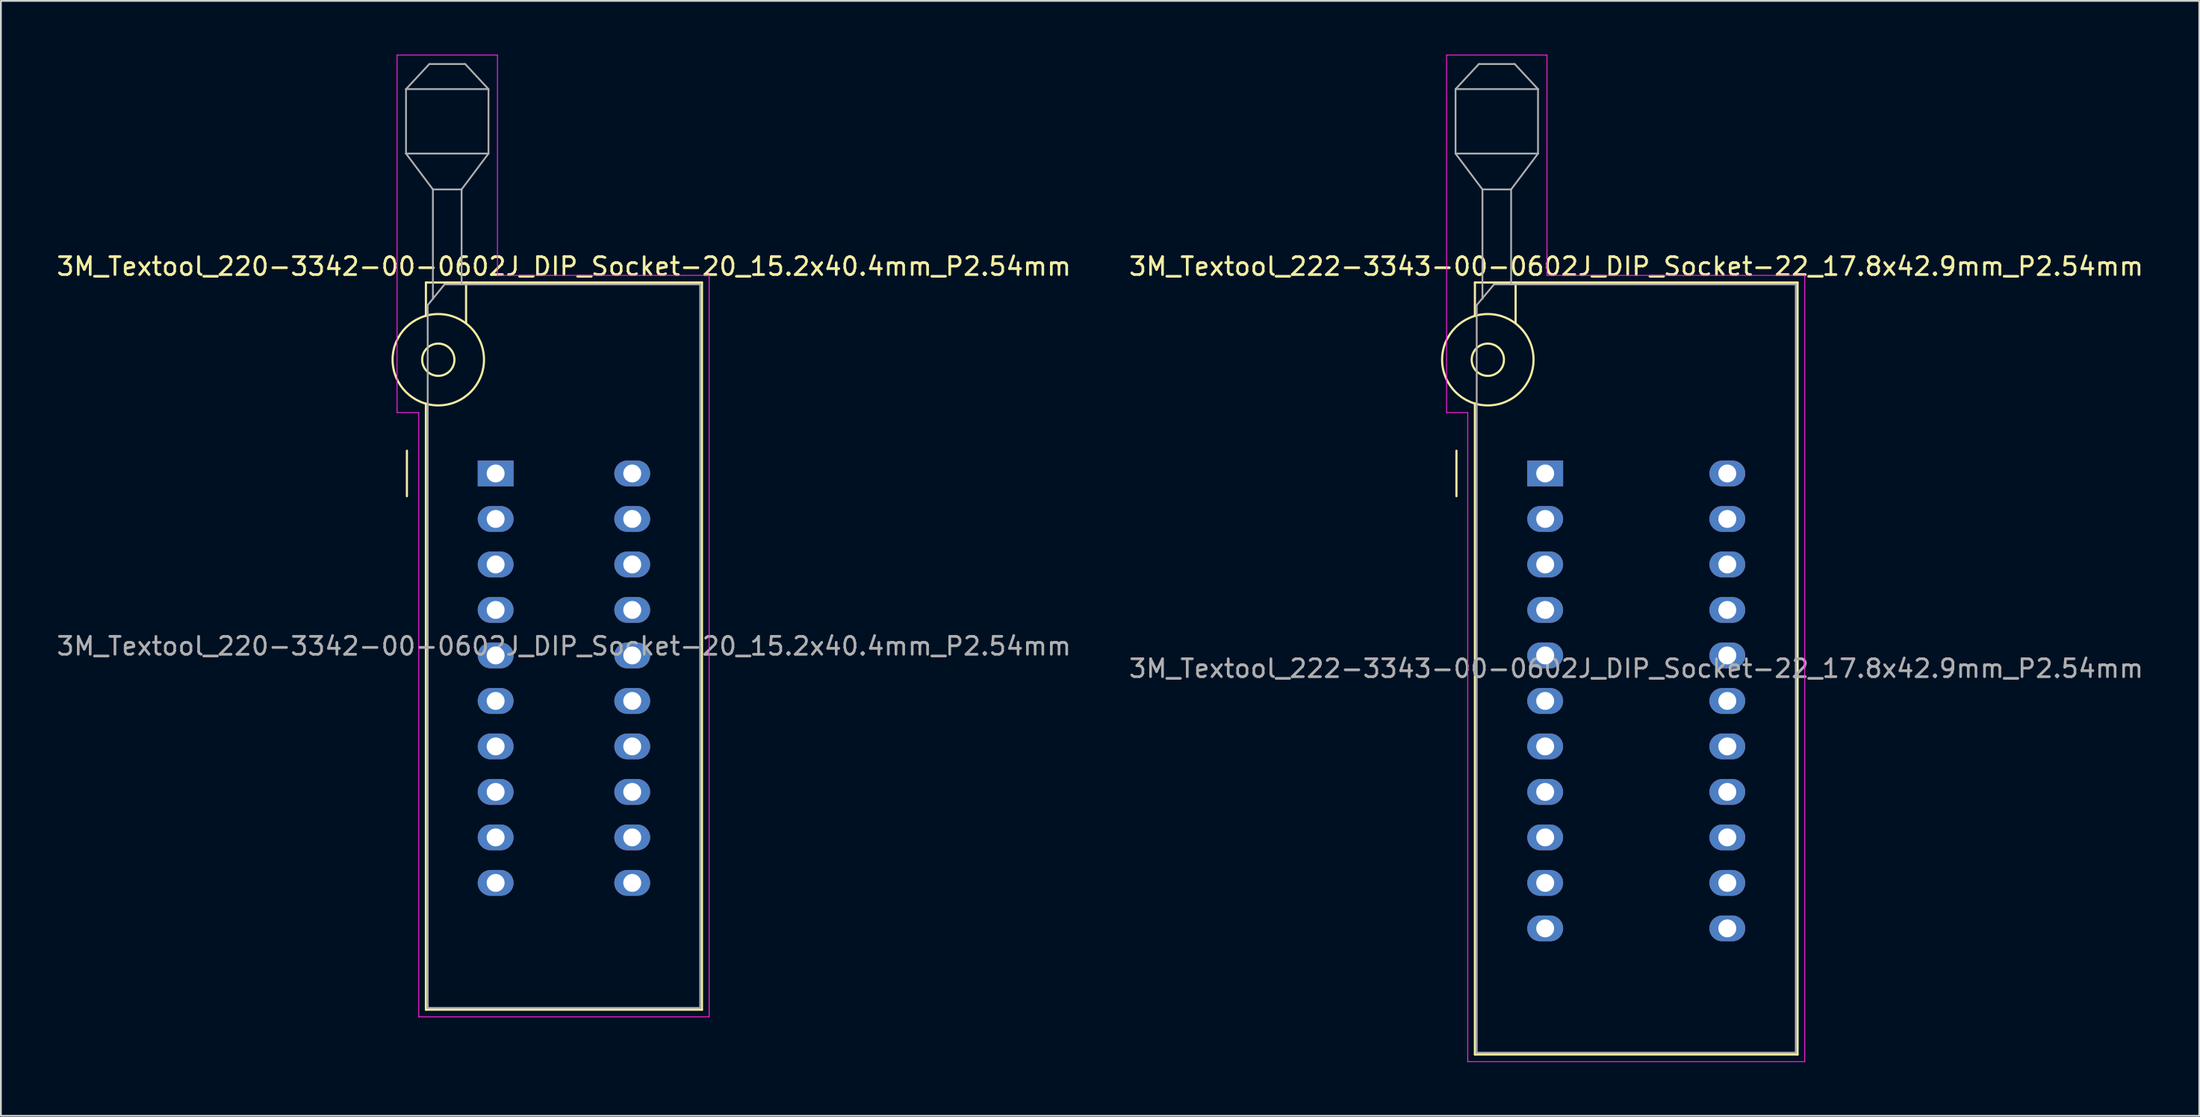
<source format=kicad_pcb>
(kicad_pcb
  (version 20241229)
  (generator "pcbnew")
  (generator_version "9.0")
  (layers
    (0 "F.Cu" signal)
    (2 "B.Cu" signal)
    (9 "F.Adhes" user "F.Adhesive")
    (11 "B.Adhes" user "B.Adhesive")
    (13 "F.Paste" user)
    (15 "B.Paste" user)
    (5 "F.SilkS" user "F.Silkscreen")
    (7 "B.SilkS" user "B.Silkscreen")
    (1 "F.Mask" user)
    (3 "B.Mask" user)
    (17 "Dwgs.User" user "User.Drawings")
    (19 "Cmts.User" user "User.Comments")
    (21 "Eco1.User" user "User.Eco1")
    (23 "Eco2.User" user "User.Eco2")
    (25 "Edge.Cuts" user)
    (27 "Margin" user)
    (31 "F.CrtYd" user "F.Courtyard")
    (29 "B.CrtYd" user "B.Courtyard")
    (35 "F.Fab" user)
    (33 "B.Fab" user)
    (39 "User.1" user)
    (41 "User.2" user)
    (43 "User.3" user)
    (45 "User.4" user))
  (footprint "3M_Textool_220-3342-00-0602J_DIP_Socket-20_15.2x40.4mm_P2.54mm"
    (layer "F.Cu")
    (at 24.601 23.385)
    (property "Reference" "3M_Textool_220-3342-00-0602J_DIP_Socket-20_15.2x40.4mm_P2.54mm" (at 3.81 -11.56 0) (layer "F.SilkS") (effects (font (size 1 1) (thickness 0.15))))
    (attr through_hole)
    (fp_line (start -4.95 1.27) (end -4.95 -1.27) (stroke (width 0.12) (type solid)) (layer "F.SilkS"))
    (fp_line (start -3.89 -10.66) (end -3.89 -8.8) (stroke (width 0.12) (type solid)) (layer "F.SilkS"))
    (fp_line (start -3.89 -3.9) (end -3.89 29.94) (stroke (width 0.12) (type solid)) (layer "F.SilkS"))
    (fp_line (start -3.89 29.94) (end 11.51 29.94) (stroke (width 0.12) (type solid)) (layer "F.SilkS"))
    (fp_line (start -1.65 -10.66) (end -1.65 -8.4) (stroke (width 0.12) (type solid)) (layer "F.SilkS"))
    (fp_line (start 11.51 -10.66) (end -3.89 -10.66) (stroke (width 0.12) (type solid)) (layer "F.SilkS"))
    (fp_line (start 11.51 29.94) (end 11.51 -10.66) (stroke (width 0.12) (type solid)) (layer "F.SilkS"))
    (fp_circle (center -3.2 -6.35) (end -2.3 -6.35) (stroke (width 0.12) (type solid)) (fill no) (layer "F.SilkS"))
    (fp_circle (center -3.2 -6.35) (end -0.65 -6.35) (stroke (width 0.12) (type solid)) (fill no) (layer "F.SilkS"))
    (fp_line (start -5.5 -23.36) (end 0.1 -23.36) (stroke (width 0.05) (type solid)) (layer "F.CrtYd"))
    (fp_line (start -5.5 -3.4) (end -5.5 -23.36) (stroke (width 0.05) (type solid)) (layer "F.CrtYd"))
    (fp_line (start -4.29 -3.4) (end -5.5 -3.4) (stroke (width 0.05) (type solid)) (layer "F.CrtYd"))
    (fp_line (start -4.29 30.34) (end -4.29 -3.4) (stroke (width 0.05) (type solid)) (layer "F.CrtYd"))
    (fp_line (start 0.1 -23.36) (end 0.1 -11.06) (stroke (width 0.05) (type solid)) (layer "F.CrtYd"))
    (fp_line (start 0.1 -11.06) (end 11.91 -11.06) (stroke (width 0.05) (type solid)) (layer "F.CrtYd"))
    (fp_line (start 11.91 -11.06) (end 11.91 30.34) (stroke (width 0.05) (type solid)) (layer "F.CrtYd"))
    (fp_line (start 11.91 30.34) (end -4.29 30.34) (stroke (width 0.05) (type solid)) (layer "F.CrtYd"))
    (fp_line (start -5 -21.46) (end -5 -17.86) (stroke (width 0.1) (type solid)) (layer "F.Fab"))
    (fp_line (start -5 -21.46) (end -3.7 -22.86) (stroke (width 0.1) (type solid)) (layer "F.Fab"))
    (fp_line (start -5 -17.86) (end -3.5 -15.86) (stroke (width 0.1) (type solid)) (layer "F.Fab"))
    (fp_line (start -5 -17.86) (end -0.4 -17.86) (stroke (width 0.1) (type solid)) (layer "F.Fab"))
    (fp_line (start -3.79 -9.4) (end -2.85 -10.56) (stroke (width 0.1) (type solid)) (layer "F.Fab"))
    (fp_line (start -3.79 29.84) (end -3.79 -9.4) (stroke (width 0.1) (type solid)) (layer "F.Fab"))
    (fp_line (start -3.7 -22.86) (end -1.7 -22.86) (stroke (width 0.1) (type solid)) (layer "F.Fab"))
    (fp_line (start -3.5 -15.86) (end -1.9 -15.86) (stroke (width 0.1) (type solid)) (layer "F.Fab"))
    (fp_line (start -3.5 -9.75) (end -3.5 -15.86) (stroke (width 0.1) (type solid)) (layer "F.Fab"))
    (fp_line (start -2.85 -10.56) (end 11.41 -10.56) (stroke (width 0.1) (type solid)) (layer "F.Fab"))
    (fp_line (start -1.9 -15.86) (end -1.9 -10.56) (stroke (width 0.1) (type solid)) (layer "F.Fab"))
    (fp_line (start -1.7 -22.86) (end -0.4 -21.46) (stroke (width 0.1) (type solid)) (layer "F.Fab"))
    (fp_line (start -0.4 -21.46) (end -5 -21.46) (stroke (width 0.1) (type solid)) (layer "F.Fab"))
    (fp_line (start -0.4 -17.86) (end -1.9 -15.86) (stroke (width 0.1) (type solid)) (layer "F.Fab"))
    (fp_line (start -0.4 -17.86) (end -0.4 -21.46) (stroke (width 0.1) (type solid)) (layer "F.Fab"))
    (fp_line (start 11.41 -10.56) (end 11.41 29.84) (stroke (width 0.1) (type solid)) (layer "F.Fab"))
    (fp_line (start 11.41 29.84) (end -3.79 29.84) (stroke (width 0.1) (type solid)) (layer "F.Fab"))
    (fp_text user "${REFERENCE}" (at 3.81 9.64 0) (layer "F.Fab") (effects (font (size 1 1) (thickness 0.15))))
    (pad "1" thru_hole rect (at 0 0) (size 2 1.44) (drill 1) (layers "*.Cu" "*.Mask"))
    (pad "2" thru_hole oval (at 0 2.54) (size 2 1.44) (drill 1) (layers "*.Cu" "*.Mask"))
    (pad "3" thru_hole oval (at 0 5.08) (size 2 1.44) (drill 1) (layers "*.Cu" "*.Mask"))
    (pad "4" thru_hole oval (at 0 7.62) (size 2 1.44) (drill 1) (layers "*.Cu" "*.Mask"))
    (pad "5" thru_hole oval (at 0 10.16) (size 2 1.44) (drill 1) (layers "*.Cu" "*.Mask"))
    (pad "6" thru_hole oval (at 0 12.7) (size 2 1.44) (drill 1) (layers "*.Cu" "*.Mask"))
    (pad "7" thru_hole oval (at 0 15.24) (size 2 1.44) (drill 1) (layers "*.Cu" "*.Mask"))
    (pad "8" thru_hole oval (at 0 17.78) (size 2 1.44) (drill 1) (layers "*.Cu" "*.Mask"))
    (pad "9" thru_hole oval (at 0 20.32) (size 2 1.44) (drill 1) (layers "*.Cu" "*.Mask"))
    (pad "10" thru_hole oval (at 0 22.86) (size 2 1.44) (drill 1) (layers "*.Cu" "*.Mask"))
    (pad "11" thru_hole oval (at 7.62 22.86) (size 2 1.44) (drill 1) (layers "*.Cu" "*.Mask"))
    (pad "12" thru_hole oval (at 7.62 20.32) (size 2 1.44) (drill 1) (layers "*.Cu" "*.Mask"))
    (pad "13" thru_hole oval (at 7.62 17.78) (size 2 1.44) (drill 1) (layers "*.Cu" "*.Mask"))
    (pad "14" thru_hole oval (at 7.62 15.24) (size 2 1.44) (drill 1) (layers "*.Cu" "*.Mask"))
    (pad "15" thru_hole oval (at 7.62 12.7) (size 2 1.44) (drill 1) (layers "*.Cu" "*.Mask"))
    (pad "16" thru_hole oval (at 7.62 10.16) (size 2 1.44) (drill 1) (layers "*.Cu" "*.Mask"))
    (pad "17" thru_hole oval (at 7.62 7.62) (size 2 1.44) (drill 1) (layers "*.Cu" "*.Mask"))
    (pad "18" thru_hole oval (at 7.62 5.08) (size 2 1.44) (drill 1) (layers "*.Cu" "*.Mask"))
    (pad "19" thru_hole oval (at 7.62 2.54) (size 2 1.44) (drill 1) (layers "*.Cu" "*.Mask"))
    (pad "20" thru_hole oval (at 7.62 0) (size 2 1.44) (drill 1) (layers "*.Cu" "*.Mask")))
  (footprint "3M_Textool_222-3343-00-0602J_DIP_Socket-22_17.8x42.9mm_P2.54mm"
    (layer "F.Cu")
    (at 83.152 23.385)
    (property "Reference" "3M_Textool_222-3343-00-0602J_DIP_Socket-22_17.8x42.9mm_P2.54mm" (at 5.08 -11.56 0) (layer "F.SilkS") (effects (font (size 1 1) (thickness 0.15))))
    (attr through_hole)
    (fp_line (start -4.95 1.27) (end -4.95 -1.27) (stroke (width 0.12) (type solid)) (layer "F.SilkS"))
    (fp_line (start -3.92 -10.66) (end -3.92 -8.8) (stroke (width 0.12) (type solid)) (layer "F.SilkS"))
    (fp_line (start -3.92 -3.9) (end -3.92 32.44) (stroke (width 0.12) (type solid)) (layer "F.SilkS"))
    (fp_line (start -3.92 32.44) (end 14.08 32.44) (stroke (width 0.12) (type solid)) (layer "F.SilkS"))
    (fp_line (start -1.65 -10.66) (end -1.65 -8.4) (stroke (width 0.12) (type solid)) (layer "F.SilkS"))
    (fp_line (start 14.08 -10.66) (end -3.92 -10.66) (stroke (width 0.12) (type solid)) (layer "F.SilkS"))
    (fp_line (start 14.08 32.44) (end 14.08 -10.66) (stroke (width 0.12) (type solid)) (layer "F.SilkS"))
    (fp_circle (center -3.2 -6.35) (end -2.3 -6.35) (stroke (width 0.12) (type solid)) (fill no) (layer "F.SilkS"))
    (fp_circle (center -3.2 -6.35) (end -0.65 -6.35) (stroke (width 0.12) (type solid)) (fill no) (layer "F.SilkS"))
    (fp_line (start -5.5 -23.36) (end 0.1 -23.36) (stroke (width 0.05) (type solid)) (layer "F.CrtYd"))
    (fp_line (start -5.5 -3.4) (end -5.5 -23.36) (stroke (width 0.05) (type solid)) (layer "F.CrtYd"))
    (fp_line (start -4.32 -3.4) (end -5.5 -3.4) (stroke (width 0.05) (type solid)) (layer "F.CrtYd"))
    (fp_line (start -4.32 32.84) (end -4.32 -3.4) (stroke (width 0.05) (type solid)) (layer "F.CrtYd"))
    (fp_line (start 0.1 -23.36) (end 0.1 -11.06) (stroke (width 0.05) (type solid)) (layer "F.CrtYd"))
    (fp_line (start 0.1 -11.06) (end 14.48 -11.06) (stroke (width 0.05) (type solid)) (layer "F.CrtYd"))
    (fp_line (start 14.48 -11.06) (end 14.48 32.84) (stroke (width 0.05) (type solid)) (layer "F.CrtYd"))
    (fp_line (start 14.48 32.84) (end -4.32 32.84) (stroke (width 0.05) (type solid)) (layer "F.CrtYd"))
    (fp_line (start -5 -21.46) (end -5 -17.86) (stroke (width 0.1) (type solid)) (layer "F.Fab"))
    (fp_line (start -5 -21.46) (end -3.7 -22.86) (stroke (width 0.1) (type solid)) (layer "F.Fab"))
    (fp_line (start -5 -17.86) (end -3.5 -15.86) (stroke (width 0.1) (type solid)) (layer "F.Fab"))
    (fp_line (start -5 -17.86) (end -0.4 -17.86) (stroke (width 0.1) (type solid)) (layer "F.Fab"))
    (fp_line (start -3.82 -9.4) (end -2.85 -10.56) (stroke (width 0.1) (type solid)) (layer "F.Fab"))
    (fp_line (start -3.82 32.34) (end -3.82 -9.4) (stroke (width 0.1) (type solid)) (layer "F.Fab"))
    (fp_line (start -3.7 -22.86) (end -1.7 -22.86) (stroke (width 0.1) (type solid)) (layer "F.Fab"))
    (fp_line (start -3.5 -15.86) (end -1.9 -15.86) (stroke (width 0.1) (type solid)) (layer "F.Fab"))
    (fp_line (start -3.5 -9.75) (end -3.5 -15.86) (stroke (width 0.1) (type solid)) (layer "F.Fab"))
    (fp_line (start -2.85 -10.56) (end 13.98 -10.56) (stroke (width 0.1) (type solid)) (layer "F.Fab"))
    (fp_line (start -1.9 -15.86) (end -1.9 -10.56) (stroke (width 0.1) (type solid)) (layer "F.Fab"))
    (fp_line (start -1.7 -22.86) (end -0.4 -21.46) (stroke (width 0.1) (type solid)) (layer "F.Fab"))
    (fp_line (start -0.4 -21.46) (end -5 -21.46) (stroke (width 0.1) (type solid)) (layer "F.Fab"))
    (fp_line (start -0.4 -17.86) (end -1.9 -15.86) (stroke (width 0.1) (type solid)) (layer "F.Fab"))
    (fp_line (start -0.4 -17.86) (end -0.4 -21.46) (stroke (width 0.1) (type solid)) (layer "F.Fab"))
    (fp_line (start 13.98 -10.56) (end 13.98 32.34) (stroke (width 0.1) (type solid)) (layer "F.Fab"))
    (fp_line (start 13.98 32.34) (end -3.82 32.34) (stroke (width 0.1) (type solid)) (layer "F.Fab"))
    (fp_text user "${REFERENCE}" (at 5.08 10.89 0) (layer "F.Fab") (effects (font (size 1 1) (thickness 0.15))))
    (pad "1" thru_hole rect (at 0 0) (size 2 1.44) (drill 1) (layers "*.Cu" "*.Mask"))
    (pad "2" thru_hole oval (at 0 2.54) (size 2 1.44) (drill 1) (layers "*.Cu" "*.Mask"))
    (pad "3" thru_hole oval (at 0 5.08) (size 2 1.44) (drill 1) (layers "*.Cu" "*.Mask"))
    (pad "4" thru_hole oval (at 0 7.62) (size 2 1.44) (drill 1) (layers "*.Cu" "*.Mask"))
    (pad "5" thru_hole oval (at 0 10.16) (size 2 1.44) (drill 1) (layers "*.Cu" "*.Mask"))
    (pad "6" thru_hole oval (at 0 12.7) (size 2 1.44) (drill 1) (layers "*.Cu" "*.Mask"))
    (pad "7" thru_hole oval (at 0 15.24) (size 2 1.44) (drill 1) (layers "*.Cu" "*.Mask"))
    (pad "8" thru_hole oval (at 0 17.78) (size 2 1.44) (drill 1) (layers "*.Cu" "*.Mask"))
    (pad "9" thru_hole oval (at 0 20.32) (size 2 1.44) (drill 1) (layers "*.Cu" "*.Mask"))
    (pad "10" thru_hole oval (at 0 22.86) (size 2 1.44) (drill 1) (layers "*.Cu" "*.Mask"))
    (pad "11" thru_hole oval (at 0 25.4) (size 2 1.44) (drill 1) (layers "*.Cu" "*.Mask"))
    (pad "12" thru_hole oval (at 10.16 25.4) (size 2 1.44) (drill 1) (layers "*.Cu" "*.Mask"))
    (pad "13" thru_hole oval (at 10.16 22.86) (size 2 1.44) (drill 1) (layers "*.Cu" "*.Mask"))
    (pad "14" thru_hole oval (at 10.16 20.32) (size 2 1.44) (drill 1) (layers "*.Cu" "*.Mask"))
    (pad "15" thru_hole oval (at 10.16 17.78) (size 2 1.44) (drill 1) (layers "*.Cu" "*.Mask"))
    (pad "16" thru_hole oval (at 10.16 15.24) (size 2 1.44) (drill 1) (layers "*.Cu" "*.Mask"))
    (pad "17" thru_hole oval (at 10.16 12.7) (size 2 1.44) (drill 1) (layers "*.Cu" "*.Mask"))
    (pad "18" thru_hole oval (at 10.16 10.16) (size 2 1.44) (drill 1) (layers "*.Cu" "*.Mask"))
    (pad "19" thru_hole oval (at 10.16 7.62) (size 2 1.44) (drill 1) (layers "*.Cu" "*.Mask"))
    (pad "20" thru_hole oval (at 10.16 5.08) (size 2 1.44) (drill 1) (layers "*.Cu" "*.Mask"))
    (pad "21" thru_hole oval (at 10.16 2.54) (size 2 1.44) (drill 1) (layers "*.Cu" "*.Mask"))
    (pad "22" thru_hole oval (at 10.16 0) (size 2 1.44) (drill 1) (layers "*.Cu" "*.Mask")))
  (gr_rect
    (start -3 -3)
    (end 119.643 59.25)
    (stroke (width 0.1) (type default))
    (fill no)
    (layer "Edge.Cuts")))
</source>
